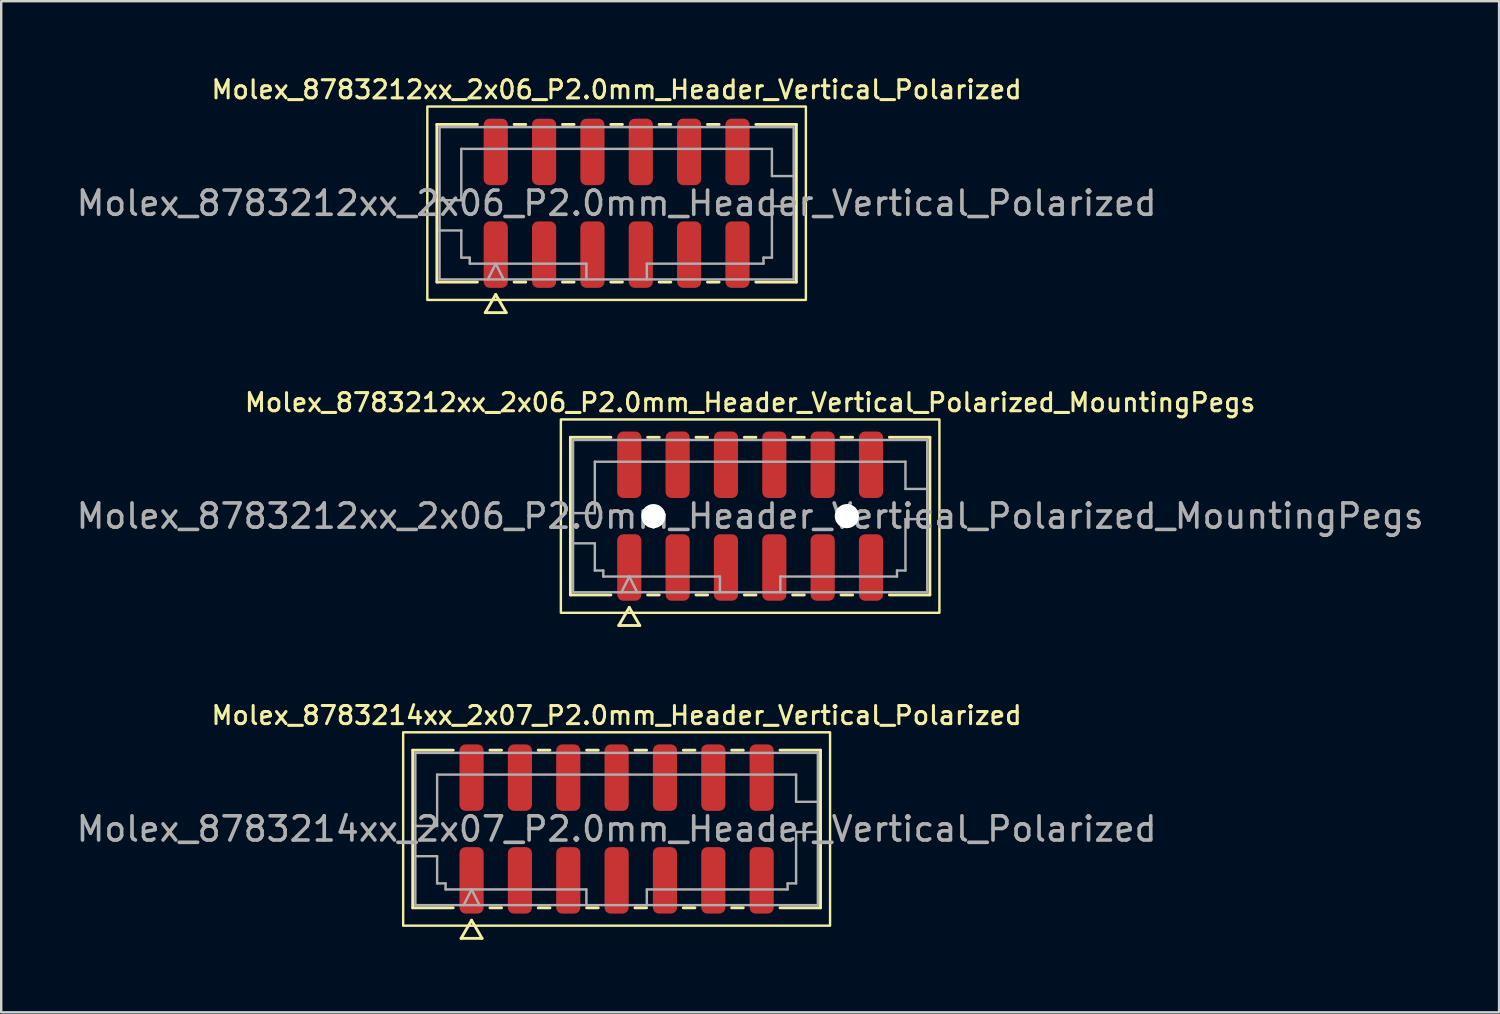
<source format=kicad_pcb>
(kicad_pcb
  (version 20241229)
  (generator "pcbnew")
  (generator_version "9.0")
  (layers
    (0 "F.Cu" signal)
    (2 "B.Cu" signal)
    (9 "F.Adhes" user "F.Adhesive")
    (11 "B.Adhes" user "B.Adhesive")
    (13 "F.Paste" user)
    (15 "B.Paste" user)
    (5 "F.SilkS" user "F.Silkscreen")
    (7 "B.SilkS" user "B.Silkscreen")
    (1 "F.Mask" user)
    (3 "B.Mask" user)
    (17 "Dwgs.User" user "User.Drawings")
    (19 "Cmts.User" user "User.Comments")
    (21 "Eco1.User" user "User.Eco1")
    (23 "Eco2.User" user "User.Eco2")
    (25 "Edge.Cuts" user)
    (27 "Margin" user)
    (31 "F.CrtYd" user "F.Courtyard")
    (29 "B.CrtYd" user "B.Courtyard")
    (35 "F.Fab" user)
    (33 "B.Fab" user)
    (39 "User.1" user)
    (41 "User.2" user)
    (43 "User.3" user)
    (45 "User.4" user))
  (footprint "Molex_8783212xx_2x06_P2.0mm_Header_Vertical_Polarized"
    (layer "F.Cu")
    (at 22.458 5.358)
    (property "Reference" "Molex_8783212xx_2x06_P2.0mm_Header_Vertical_Polarized" (at 0 -4.7 0) (layer "F.SilkS") (effects (font (size 0.75 0.75) (thickness 0.125))))
    (attr smd)
    (fp_line (start -7.435 -3.26) (end -5.76 -3.26) (stroke (width 0.12) (type solid)) (layer "F.SilkS"))
    (fp_line (start -7.435 3.26) (end -7.435 -3.26) (stroke (width 0.12) (type solid)) (layer "F.SilkS"))
    (fp_line (start -5.76 3.26) (end -7.435 3.26) (stroke (width 0.12) (type solid)) (layer "F.SilkS"))
    (fp_line (start -5.433 4.525) (end -5 3.775) (stroke (width 0.12) (type solid)) (layer "F.SilkS"))
    (fp_line (start -5 3.775) (end -4.567 4.525) (stroke (width 0.12) (type solid)) (layer "F.SilkS"))
    (fp_line (start -4.567 4.525) (end -5.433 4.525) (stroke (width 0.12) (type solid)) (layer "F.SilkS"))
    (fp_line (start -4.24 -3.26) (end -3.76 -3.26) (stroke (width 0.12) (type solid)) (layer "F.SilkS"))
    (fp_line (start -3.76 3.26) (end -4.24 3.26) (stroke (width 0.12) (type solid)) (layer "F.SilkS"))
    (fp_line (start -2.24 -3.26) (end -1.76 -3.26) (stroke (width 0.12) (type solid)) (layer "F.SilkS"))
    (fp_line (start -1.76 3.26) (end -2.24 3.26) (stroke (width 0.12) (type solid)) (layer "F.SilkS"))
    (fp_line (start -0.24 -3.26) (end 0.24 -3.26) (stroke (width 0.12) (type solid)) (layer "F.SilkS"))
    (fp_line (start 0.24 3.26) (end -0.24 3.26) (stroke (width 0.12) (type solid)) (layer "F.SilkS"))
    (fp_line (start 1.76 -3.26) (end 2.24 -3.26) (stroke (width 0.12) (type solid)) (layer "F.SilkS"))
    (fp_line (start 2.24 3.26) (end 1.76 3.26) (stroke (width 0.12) (type solid)) (layer "F.SilkS"))
    (fp_line (start 3.76 -3.26) (end 4.24 -3.26) (stroke (width 0.12) (type solid)) (layer "F.SilkS"))
    (fp_line (start 4.24 3.26) (end 3.76 3.26) (stroke (width 0.12) (type solid)) (layer "F.SilkS"))
    (fp_line (start 5.76 -3.26) (end 7.435 -3.26) (stroke (width 0.12) (type solid)) (layer "F.SilkS"))
    (fp_line (start 7.435 -3.26) (end 7.435 3.26) (stroke (width 0.12) (type solid)) (layer "F.SilkS"))
    (fp_line (start 7.435 3.26) (end 5.76 3.26) (stroke (width 0.12) (type solid)) (layer "F.SilkS"))
    (fp_rect (start -7.83 -4) (end 7.83 4) (stroke (width 0.1) (type solid)) (fill no) (layer "F.SilkS"))
    (fp_line (start -7.325 -3.15) (end 7.325 -3.15) (stroke (width 0.1) (type solid)) (layer "F.Fab"))
    (fp_line (start -7.325 -0.125) (end -6.425 -0.125) (stroke (width 0.1) (type solid)) (layer "F.Fab"))
    (fp_line (start -7.325 1.125) (end -6.425 1.125) (stroke (width 0.1) (type solid)) (layer "F.Fab"))
    (fp_line (start -7.325 3.15) (end -7.325 -3.15) (stroke (width 0.1) (type solid)) (layer "F.Fab"))
    (fp_line (start -6.425 -2.25) (end 6.425 -2.25) (stroke (width 0.1) (type solid)) (layer "F.Fab"))
    (fp_line (start -6.425 -0.125) (end -6.425 -2.25) (stroke (width 0.1) (type solid)) (layer "F.Fab"))
    (fp_line (start -6.425 1.125) (end -6.425 2.25) (stroke (width 0.1) (type solid)) (layer "F.Fab"))
    (fp_line (start -6.425 2.25) (end -6.075 2.25) (stroke (width 0.1) (type solid)) (layer "F.Fab"))
    (fp_line (start -6.075 2.25) (end -6.075 2.5) (stroke (width 0.1) (type solid)) (layer "F.Fab"))
    (fp_line (start -6.075 2.5) (end -1.25 2.5) (stroke (width 0.1) (type solid)) (layer "F.Fab"))
    (fp_line (start -5.325 3.15) (end -5 2.5) (stroke (width 0.1) (type solid)) (layer "F.Fab"))
    (fp_line (start -5 2.5) (end -4.675 3.15) (stroke (width 0.1) (type solid)) (layer "F.Fab"))
    (fp_line (start -1.25 2.5) (end -1.25 3.15) (stroke (width 0.1) (type solid)) (layer "F.Fab"))
    (fp_line (start 1.25 2.5) (end 1.25 3.15) (stroke (width 0.1) (type solid)) (layer "F.Fab"))
    (fp_line (start 1.25 2.5) (end 6.075 2.5) (stroke (width 0.1) (type solid)) (layer "F.Fab"))
    (fp_line (start 6.075 2.25) (end 6.425 2.25) (stroke (width 0.1) (type solid)) (layer "F.Fab"))
    (fp_line (start 6.075 2.5) (end 6.075 2.25) (stroke (width 0.1) (type solid)) (layer "F.Fab"))
    (fp_line (start 6.425 -2.25) (end 6.425 -1.125) (stroke (width 0.1) (type solid)) (layer "F.Fab"))
    (fp_line (start 6.425 -1.125) (end 7.325 -1.125) (stroke (width 0.1) (type solid)) (layer "F.Fab"))
    (fp_line (start 6.425 0.125) (end 7.325 0.125) (stroke (width 0.1) (type solid)) (layer "F.Fab"))
    (fp_line (start 6.425 2.25) (end 6.425 0.125) (stroke (width 0.1) (type solid)) (layer "F.Fab"))
    (fp_line (start 7.325 -3.15) (end 7.325 3.15) (stroke (width 0.1) (type solid)) (layer "F.Fab"))
    (fp_line (start 7.325 3.15) (end -7.325 3.15) (stroke (width 0.1) (type solid)) (layer "F.Fab"))
    (fp_text user "${REFERENCE}" (at 0 0 0) (layer "F.Fab") (effects (font (size 1 1) (thickness 0.15))))
    (pad "1" smd roundrect (at -5 2.125) (size 1 2.75) (layers "F.Cu" "F.Mask" "F.Paste") (roundrect_rratio 0.25))
    (pad "2" smd roundrect (at -5 -2.125) (size 1 2.75) (layers "F.Cu" "F.Mask" "F.Paste") (roundrect_rratio 0.25))
    (pad "3" smd roundrect (at -3 2.125) (size 1 2.75) (layers "F.Cu" "F.Mask" "F.Paste") (roundrect_rratio 0.25))
    (pad "4" smd roundrect (at -3 -2.125) (size 1 2.75) (layers "F.Cu" "F.Mask" "F.Paste") (roundrect_rratio 0.25))
    (pad "5" smd roundrect (at -1 2.125) (size 1 2.75) (layers "F.Cu" "F.Mask" "F.Paste") (roundrect_rratio 0.25))
    (pad "6" smd roundrect (at -1 -2.125) (size 1 2.75) (layers "F.Cu" "F.Mask" "F.Paste") (roundrect_rratio 0.25))
    (pad "7" smd roundrect (at 1 2.125) (size 1 2.75) (layers "F.Cu" "F.Mask" "F.Paste") (roundrect_rratio 0.25))
    (pad "8" smd roundrect (at 1 -2.125) (size 1 2.75) (layers "F.Cu" "F.Mask" "F.Paste") (roundrect_rratio 0.25))
    (pad "9" smd roundrect (at 3 2.125) (size 1 2.75) (layers "F.Cu" "F.Mask" "F.Paste") (roundrect_rratio 0.25))
    (pad "10" smd roundrect (at 3 -2.125) (size 1 2.75) (layers "F.Cu" "F.Mask" "F.Paste") (roundrect_rratio 0.25))
    (pad "11" smd roundrect (at 5 2.125) (size 1 2.75) (layers "F.Cu" "F.Mask" "F.Paste") (roundrect_rratio 0.25))
    (pad "12" smd roundrect (at 5 -2.125) (size 1 2.75) (layers "F.Cu" "F.Mask" "F.Paste") (roundrect_rratio 0.25)))
  (footprint "Molex_8783214xx_2x07_P2.0mm_Header_Vertical_Polarized"
    (layer "F.Cu")
    (at 22.458 31.244)
    (property "Reference" "Molex_8783214xx_2x07_P2.0mm_Header_Vertical_Polarized" (at 0 -4.7 0) (layer "F.SilkS") (effects (font (size 0.75 0.75) (thickness 0.125))))
    (attr smd)
    (fp_line (start -8.435 -3.26) (end -6.76 -3.26) (stroke (width 0.12) (type solid)) (layer "F.SilkS"))
    (fp_line (start -8.435 3.26) (end -8.435 -3.26) (stroke (width 0.12) (type solid)) (layer "F.SilkS"))
    (fp_line (start -6.76 3.26) (end -8.435 3.26) (stroke (width 0.12) (type solid)) (layer "F.SilkS"))
    (fp_line (start -6.433 4.525) (end -6 3.775) (stroke (width 0.12) (type solid)) (layer "F.SilkS"))
    (fp_line (start -6 3.775) (end -5.567 4.525) (stroke (width 0.12) (type solid)) (layer "F.SilkS"))
    (fp_line (start -5.567 4.525) (end -6.433 4.525) (stroke (width 0.12) (type solid)) (layer "F.SilkS"))
    (fp_line (start -5.24 -3.26) (end -4.76 -3.26) (stroke (width 0.12) (type solid)) (layer "F.SilkS"))
    (fp_line (start -4.76 3.26) (end -5.24 3.26) (stroke (width 0.12) (type solid)) (layer "F.SilkS"))
    (fp_line (start -3.24 -3.26) (end -2.76 -3.26) (stroke (width 0.12) (type solid)) (layer "F.SilkS"))
    (fp_line (start -2.76 3.26) (end -3.24 3.26) (stroke (width 0.12) (type solid)) (layer "F.SilkS"))
    (fp_line (start -1.24 -3.26) (end -0.76 -3.26) (stroke (width 0.12) (type solid)) (layer "F.SilkS"))
    (fp_line (start -0.76 3.26) (end -1.24 3.26) (stroke (width 0.12) (type solid)) (layer "F.SilkS"))
    (fp_line (start 0.76 -3.26) (end 1.24 -3.26) (stroke (width 0.12) (type solid)) (layer "F.SilkS"))
    (fp_line (start 1.24 3.26) (end 0.76 3.26) (stroke (width 0.12) (type solid)) (layer "F.SilkS"))
    (fp_line (start 2.76 -3.26) (end 3.24 -3.26) (stroke (width 0.12) (type solid)) (layer "F.SilkS"))
    (fp_line (start 3.24 3.26) (end 2.76 3.26) (stroke (width 0.12) (type solid)) (layer "F.SilkS"))
    (fp_line (start 4.76 -3.26) (end 5.24 -3.26) (stroke (width 0.12) (type solid)) (layer "F.SilkS"))
    (fp_line (start 5.24 3.26) (end 4.76 3.26) (stroke (width 0.12) (type solid)) (layer "F.SilkS"))
    (fp_line (start 6.76 -3.26) (end 8.435 -3.26) (stroke (width 0.12) (type solid)) (layer "F.SilkS"))
    (fp_line (start 8.435 -3.26) (end 8.435 3.26) (stroke (width 0.12) (type solid)) (layer "F.SilkS"))
    (fp_line (start 8.435 3.26) (end 6.76 3.26) (stroke (width 0.12) (type solid)) (layer "F.SilkS"))
    (fp_rect (start -8.83 -4) (end 8.83 4) (stroke (width 0.1) (type solid)) (fill no) (layer "F.SilkS"))
    (fp_line (start -8.325 -3.15) (end 8.325 -3.15) (stroke (width 0.1) (type solid)) (layer "F.Fab"))
    (fp_line (start -8.325 -0.125) (end -7.425 -0.125) (stroke (width 0.1) (type solid)) (layer "F.Fab"))
    (fp_line (start -8.325 1.125) (end -7.425 1.125) (stroke (width 0.1) (type solid)) (layer "F.Fab"))
    (fp_line (start -8.325 3.15) (end -8.325 -3.15) (stroke (width 0.1) (type solid)) (layer "F.Fab"))
    (fp_line (start -7.425 -2.25) (end 7.425 -2.25) (stroke (width 0.1) (type solid)) (layer "F.Fab"))
    (fp_line (start -7.425 -0.125) (end -7.425 -2.25) (stroke (width 0.1) (type solid)) (layer "F.Fab"))
    (fp_line (start -7.425 1.125) (end -7.425 2.25) (stroke (width 0.1) (type solid)) (layer "F.Fab"))
    (fp_line (start -7.425 2.25) (end -7.075 2.25) (stroke (width 0.1) (type solid)) (layer "F.Fab"))
    (fp_line (start -7.075 2.25) (end -7.075 2.5) (stroke (width 0.1) (type solid)) (layer "F.Fab"))
    (fp_line (start -7.075 2.5) (end -1.25 2.5) (stroke (width 0.1) (type solid)) (layer "F.Fab"))
    (fp_line (start -6.325 3.15) (end -6 2.5) (stroke (width 0.1) (type solid)) (layer "F.Fab"))
    (fp_line (start -6 2.5) (end -5.675 3.15) (stroke (width 0.1) (type solid)) (layer "F.Fab"))
    (fp_line (start -1.25 2.5) (end -1.25 3.15) (stroke (width 0.1) (type solid)) (layer "F.Fab"))
    (fp_line (start 1.25 2.5) (end 1.25 3.15) (stroke (width 0.1) (type solid)) (layer "F.Fab"))
    (fp_line (start 1.25 2.5) (end 7.075 2.5) (stroke (width 0.1) (type solid)) (layer "F.Fab"))
    (fp_line (start 7.075 2.25) (end 7.425 2.25) (stroke (width 0.1) (type solid)) (layer "F.Fab"))
    (fp_line (start 7.075 2.5) (end 7.075 2.25) (stroke (width 0.1) (type solid)) (layer "F.Fab"))
    (fp_line (start 7.425 -2.25) (end 7.425 -1.125) (stroke (width 0.1) (type solid)) (layer "F.Fab"))
    (fp_line (start 7.425 -1.125) (end 8.325 -1.125) (stroke (width 0.1) (type solid)) (layer "F.Fab"))
    (fp_line (start 7.425 0.125) (end 8.325 0.125) (stroke (width 0.1) (type solid)) (layer "F.Fab"))
    (fp_line (start 7.425 2.25) (end 7.425 0.125) (stroke (width 0.1) (type solid)) (layer "F.Fab"))
    (fp_line (start 8.325 -3.15) (end 8.325 3.15) (stroke (width 0.1) (type solid)) (layer "F.Fab"))
    (fp_line (start 8.325 3.15) (end -8.325 3.15) (stroke (width 0.1) (type solid)) (layer "F.Fab"))
    (fp_text user "${REFERENCE}" (at 0 0 0) (layer "F.Fab") (effects (font (size 1 1) (thickness 0.15))))
    (pad "1" smd roundrect (at -6 2.125) (size 1 2.75) (layers "F.Cu" "F.Mask" "F.Paste") (roundrect_rratio 0.25))
    (pad "2" smd roundrect (at -6 -2.125) (size 1 2.75) (layers "F.Cu" "F.Mask" "F.Paste") (roundrect_rratio 0.25))
    (pad "3" smd roundrect (at -4 2.125) (size 1 2.75) (layers "F.Cu" "F.Mask" "F.Paste") (roundrect_rratio 0.25))
    (pad "4" smd roundrect (at -4 -2.125) (size 1 2.75) (layers "F.Cu" "F.Mask" "F.Paste") (roundrect_rratio 0.25))
    (pad "5" smd roundrect (at -2 2.125) (size 1 2.75) (layers "F.Cu" "F.Mask" "F.Paste") (roundrect_rratio 0.25))
    (pad "6" smd roundrect (at -2 -2.125) (size 1 2.75) (layers "F.Cu" "F.Mask" "F.Paste") (roundrect_rratio 0.25))
    (pad "7" smd roundrect (at 0 2.125) (size 1 2.75) (layers "F.Cu" "F.Mask" "F.Paste") (roundrect_rratio 0.25))
    (pad "8" smd roundrect (at 0 -2.125) (size 1 2.75) (layers "F.Cu" "F.Mask" "F.Paste") (roundrect_rratio 0.25))
    (pad "9" smd roundrect (at 2 2.125) (size 1 2.75) (layers "F.Cu" "F.Mask" "F.Paste") (roundrect_rratio 0.25))
    (pad "10" smd roundrect (at 2 -2.125) (size 1 2.75) (layers "F.Cu" "F.Mask" "F.Paste") (roundrect_rratio 0.25))
    (pad "11" smd roundrect (at 4 2.125) (size 1 2.75) (layers "F.Cu" "F.Mask" "F.Paste") (roundrect_rratio 0.25))
    (pad "12" smd roundrect (at 4 -2.125) (size 1 2.75) (layers "F.Cu" "F.Mask" "F.Paste") (roundrect_rratio 0.25))
    (pad "13" smd roundrect (at 6 2.125) (size 1 2.75) (layers "F.Cu" "F.Mask" "F.Paste") (roundrect_rratio 0.25))
    (pad "14" smd roundrect (at 6 -2.125) (size 1 2.75) (layers "F.Cu" "F.Mask" "F.Paste") (roundrect_rratio 0.25)))
  (footprint "Molex_8783212xx_2x06_P2.0mm_Header_Vertical_Polarized_MountingPegs"
    (layer "F.Cu")
    (at 27.982 18.301)
    (property "Reference" "Molex_8783212xx_2x06_P2.0mm_Header_Vertical_Polarized_MountingPegs" (at 0 -4.7 0) (layer "F.SilkS") (effects (font (size 0.75 0.75) (thickness 0.125))))
    (attr smd)
    (fp_line (start -7.435 -3.26) (end -5.76 -3.26) (stroke (width 0.12) (type solid)) (layer "F.SilkS"))
    (fp_line (start -7.435 3.26) (end -7.435 -3.26) (stroke (width 0.12) (type solid)) (layer "F.SilkS"))
    (fp_line (start -5.76 3.26) (end -7.435 3.26) (stroke (width 0.12) (type solid)) (layer "F.SilkS"))
    (fp_line (start -5.433 4.525) (end -5 3.775) (stroke (width 0.12) (type solid)) (layer "F.SilkS"))
    (fp_line (start -5 3.775) (end -4.567 4.525) (stroke (width 0.12) (type solid)) (layer "F.SilkS"))
    (fp_line (start -4.567 4.525) (end -5.433 4.525) (stroke (width 0.12) (type solid)) (layer "F.SilkS"))
    (fp_line (start -4.24 -3.26) (end -3.76 -3.26) (stroke (width 0.12) (type solid)) (layer "F.SilkS"))
    (fp_line (start -3.76 3.26) (end -4.24 3.26) (stroke (width 0.12) (type solid)) (layer "F.SilkS"))
    (fp_line (start -2.24 -3.26) (end -1.76 -3.26) (stroke (width 0.12) (type solid)) (layer "F.SilkS"))
    (fp_line (start -1.76 3.26) (end -2.24 3.26) (stroke (width 0.12) (type solid)) (layer "F.SilkS"))
    (fp_line (start -0.24 -3.26) (end 0.24 -3.26) (stroke (width 0.12) (type solid)) (layer "F.SilkS"))
    (fp_line (start 0.24 3.26) (end -0.24 3.26) (stroke (width 0.12) (type solid)) (layer "F.SilkS"))
    (fp_line (start 1.76 -3.26) (end 2.24 -3.26) (stroke (width 0.12) (type solid)) (layer "F.SilkS"))
    (fp_line (start 2.24 3.26) (end 1.76 3.26) (stroke (width 0.12) (type solid)) (layer "F.SilkS"))
    (fp_line (start 3.76 -3.26) (end 4.24 -3.26) (stroke (width 0.12) (type solid)) (layer "F.SilkS"))
    (fp_line (start 4.24 3.26) (end 3.76 3.26) (stroke (width 0.12) (type solid)) (layer "F.SilkS"))
    (fp_line (start 5.76 -3.26) (end 7.435 -3.26) (stroke (width 0.12) (type solid)) (layer "F.SilkS"))
    (fp_line (start 7.435 -3.26) (end 7.435 3.26) (stroke (width 0.12) (type solid)) (layer "F.SilkS"))
    (fp_line (start 7.435 3.26) (end 5.76 3.26) (stroke (width 0.12) (type solid)) (layer "F.SilkS"))
    (fp_rect (start -7.83 -4) (end 7.83 4) (stroke (width 0.1) (type solid)) (fill no) (layer "F.SilkS"))
    (fp_line (start -7.325 -3.15) (end 7.325 -3.15) (stroke (width 0.1) (type solid)) (layer "F.Fab"))
    (fp_line (start -7.325 -0.125) (end -6.425 -0.125) (stroke (width 0.1) (type solid)) (layer "F.Fab"))
    (fp_line (start -7.325 1.125) (end -6.425 1.125) (stroke (width 0.1) (type solid)) (layer "F.Fab"))
    (fp_line (start -7.325 3.15) (end -7.325 -3.15) (stroke (width 0.1) (type solid)) (layer "F.Fab"))
    (fp_line (start -6.425 -2.25) (end 6.425 -2.25) (stroke (width 0.1) (type solid)) (layer "F.Fab"))
    (fp_line (start -6.425 -0.125) (end -6.425 -2.25) (stroke (width 0.1) (type solid)) (layer "F.Fab"))
    (fp_line (start -6.425 1.125) (end -6.425 2.25) (stroke (width 0.1) (type solid)) (layer "F.Fab"))
    (fp_line (start -6.425 2.25) (end -6.075 2.25) (stroke (width 0.1) (type solid)) (layer "F.Fab"))
    (fp_line (start -6.075 2.25) (end -6.075 2.5) (stroke (width 0.1) (type solid)) (layer "F.Fab"))
    (fp_line (start -6.075 2.5) (end -1.25 2.5) (stroke (width 0.1) (type solid)) (layer "F.Fab"))
    (fp_line (start -5.325 3.15) (end -5 2.5) (stroke (width 0.1) (type solid)) (layer "F.Fab"))
    (fp_line (start -5 2.5) (end -4.675 3.15) (stroke (width 0.1) (type solid)) (layer "F.Fab"))
    (fp_line (start -1.25 2.5) (end -1.25 3.15) (stroke (width 0.1) (type solid)) (layer "F.Fab"))
    (fp_line (start 1.25 2.5) (end 1.25 3.15) (stroke (width 0.1) (type solid)) (layer "F.Fab"))
    (fp_line (start 1.25 2.5) (end 6.075 2.5) (stroke (width 0.1) (type solid)) (layer "F.Fab"))
    (fp_line (start 6.075 2.25) (end 6.425 2.25) (stroke (width 0.1) (type solid)) (layer "F.Fab"))
    (fp_line (start 6.075 2.5) (end 6.075 2.25) (stroke (width 0.1) (type solid)) (layer "F.Fab"))
    (fp_line (start 6.425 -2.25) (end 6.425 -1.125) (stroke (width 0.1) (type solid)) (layer "F.Fab"))
    (fp_line (start 6.425 -1.125) (end 7.325 -1.125) (stroke (width 0.1) (type solid)) (layer "F.Fab"))
    (fp_line (start 6.425 0.125) (end 7.325 0.125) (stroke (width 0.1) (type solid)) (layer "F.Fab"))
    (fp_line (start 6.425 2.25) (end 6.425 0.125) (stroke (width 0.1) (type solid)) (layer "F.Fab"))
    (fp_line (start 7.325 -3.15) (end 7.325 3.15) (stroke (width 0.1) (type solid)) (layer "F.Fab"))
    (fp_line (start 7.325 3.15) (end -7.325 3.15) (stroke (width 0.1) (type solid)) (layer "F.Fab"))
    (fp_text user "${REFERENCE}" (at 0 0 0) (layer "F.Fab") (effects (font (size 1 1) (thickness 0.15))))
    (pad "" np_thru_hole circle (at -4 0) (size 1 1) (drill 1) (layers "*.Cu" "*.Mask"))
    (pad "" np_thru_hole circle (at 4 0) (size 1 1) (drill 1) (layers "*.Cu" "*.Mask"))
    (pad "1" smd roundrect (at -5 2.125) (size 1 2.75) (layers "F.Cu" "F.Mask" "F.Paste") (roundrect_rratio 0.25))
    (pad "2" smd roundrect (at -5 -2.125) (size 1 2.75) (layers "F.Cu" "F.Mask" "F.Paste") (roundrect_rratio 0.25))
    (pad "3" smd roundrect (at -3 2.125) (size 1 2.75) (layers "F.Cu" "F.Mask" "F.Paste") (roundrect_rratio 0.25))
    (pad "4" smd roundrect (at -3 -2.125) (size 1 2.75) (layers "F.Cu" "F.Mask" "F.Paste") (roundrect_rratio 0.25))
    (pad "5" smd roundrect (at -1 2.125) (size 1 2.75) (layers "F.Cu" "F.Mask" "F.Paste") (roundrect_rratio 0.25))
    (pad "6" smd roundrect (at -1 -2.125) (size 1 2.75) (layers "F.Cu" "F.Mask" "F.Paste") (roundrect_rratio 0.25))
    (pad "7" smd roundrect (at 1 2.125) (size 1 2.75) (layers "F.Cu" "F.Mask" "F.Paste") (roundrect_rratio 0.25))
    (pad "8" smd roundrect (at 1 -2.125) (size 1 2.75) (layers "F.Cu" "F.Mask" "F.Paste") (roundrect_rratio 0.25))
    (pad "9" smd roundrect (at 3 2.125) (size 1 2.75) (layers "F.Cu" "F.Mask" "F.Paste") (roundrect_rratio 0.25))
    (pad "10" smd roundrect (at 3 -2.125) (size 1 2.75) (layers "F.Cu" "F.Mask" "F.Paste") (roundrect_rratio 0.25))
    (pad "11" smd roundrect (at 5 2.125) (size 1 2.75) (layers "F.Cu" "F.Mask" "F.Paste") (roundrect_rratio 0.25))
    (pad "12" smd roundrect (at 5 -2.125) (size 1 2.75) (layers "F.Cu" "F.Mask" "F.Paste") (roundrect_rratio 0.25)))
  (gr_rect
    (start -3 -3)
    (end 58.964 38.829)
    (stroke (width 0.1) (type default))
    (fill no)
    (layer "Edge.Cuts")))
</source>
